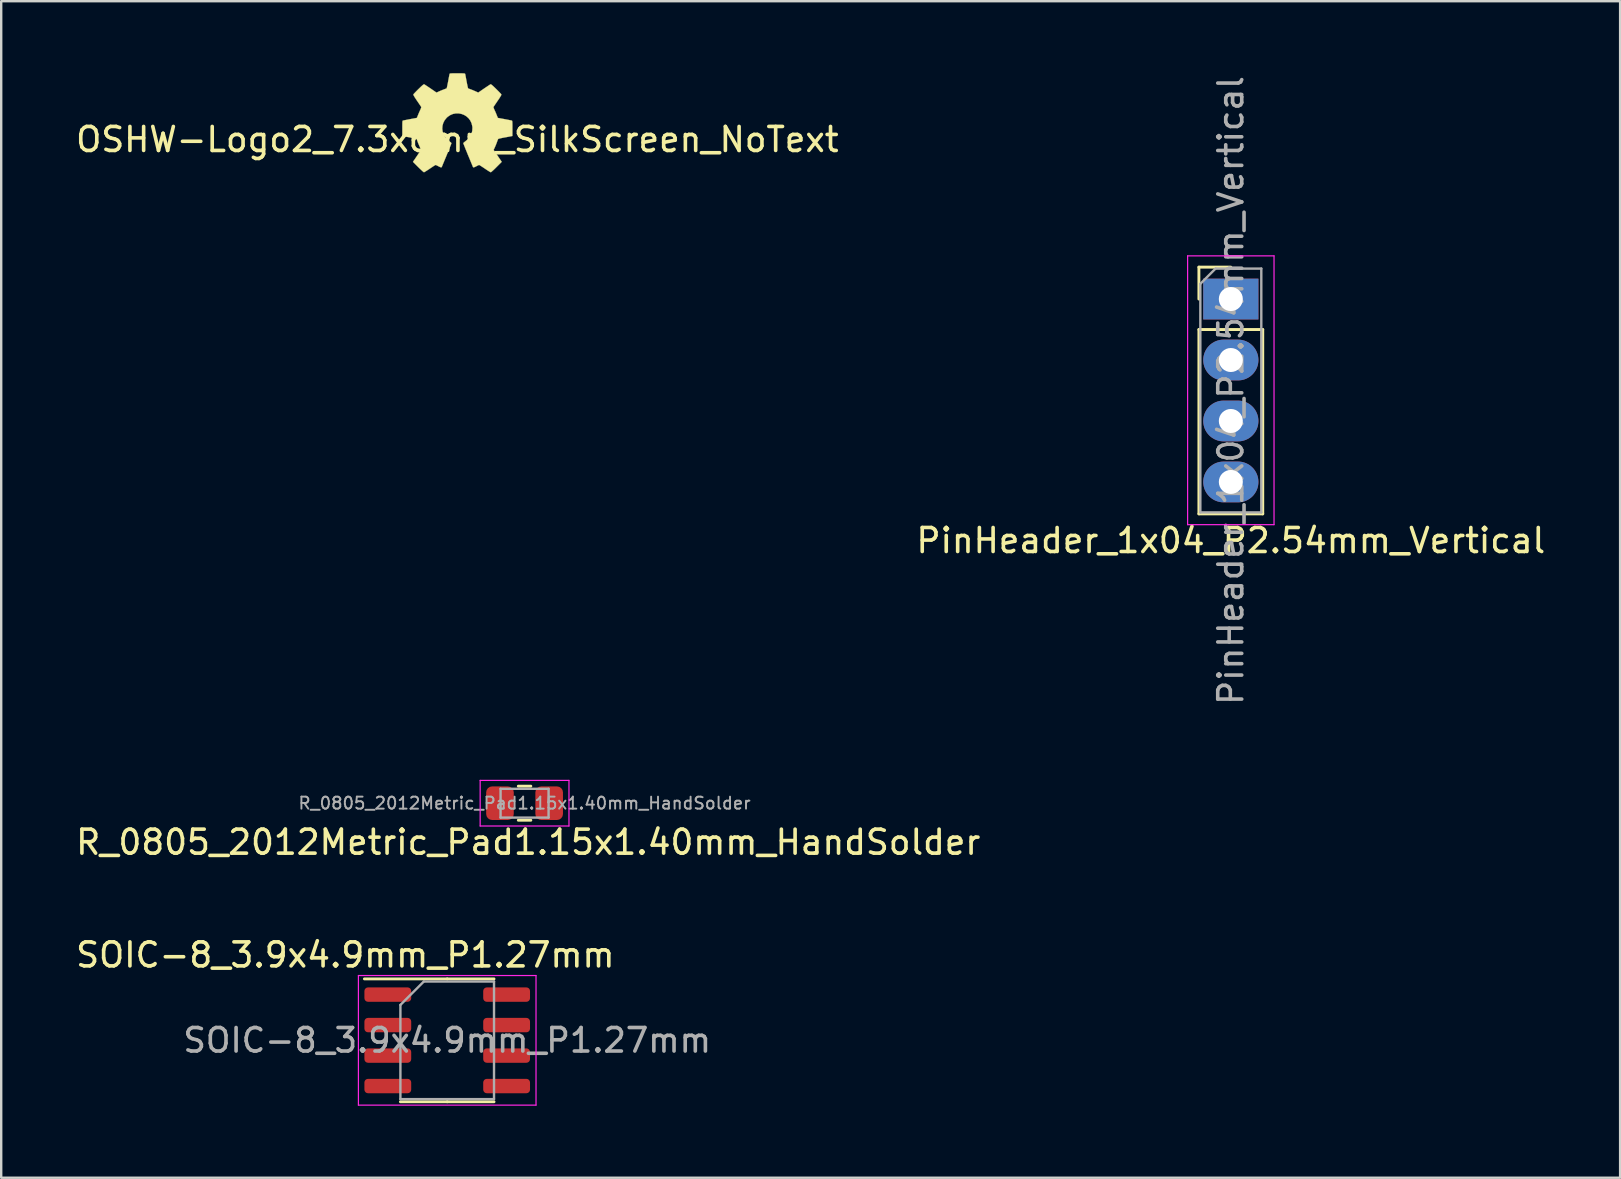
<source format=kicad_pcb>
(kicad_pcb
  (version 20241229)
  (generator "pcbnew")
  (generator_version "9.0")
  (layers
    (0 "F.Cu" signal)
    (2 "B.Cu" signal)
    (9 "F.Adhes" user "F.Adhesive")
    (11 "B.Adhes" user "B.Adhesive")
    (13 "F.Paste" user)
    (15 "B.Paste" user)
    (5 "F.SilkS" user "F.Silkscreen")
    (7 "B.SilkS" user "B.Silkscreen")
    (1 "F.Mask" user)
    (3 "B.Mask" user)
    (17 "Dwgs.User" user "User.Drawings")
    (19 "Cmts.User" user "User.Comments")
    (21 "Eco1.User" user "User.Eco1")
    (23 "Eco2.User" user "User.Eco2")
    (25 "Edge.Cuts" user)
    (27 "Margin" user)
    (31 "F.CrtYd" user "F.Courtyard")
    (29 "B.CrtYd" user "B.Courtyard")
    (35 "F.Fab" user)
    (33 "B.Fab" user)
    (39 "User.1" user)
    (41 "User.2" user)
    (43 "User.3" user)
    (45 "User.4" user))
  (footprint "OSHW-Logo2_7.3x6mm_SilkScreen_NoText"
    (layer "F.Cu")
    (at 16.006 2.763)
    (property "Reference" "OSHW-Logo2_7.3x6mm_SilkScreen_NoText" (at 0 0 0) (layer "F.SilkS") (effects (font (size 1 1) (thickness 0.15))))
    (attr exclude_from_pos_files exclude_from_bom)
    (fp_poly (pts (xy 0.104 -2.758) (xy 0.182 -2.757) (xy 0.239 -2.756) (xy 0.278 -2.754) (xy 0.303 -2.75) (xy 0.316 -2.744) (xy 0.323 -2.737) (xy 0.326 -2.726) (xy 0.327 -2.725) (xy 0.332 -2.701) (xy 0.341 -2.653) (xy 0.353 -2.587) (xy 0.368 -2.508) (xy 0.385 -2.42) (xy 0.385 -2.417) (xy 0.401 -2.331) (xy 0.417 -2.255) (xy 0.43 -2.194) (xy 0.44 -2.152) (xy 0.446 -2.133) (xy 0.447 -2.133) (xy 0.465 -2.124) (xy 0.502 -2.109) (xy 0.551 -2.091) (xy 0.552 -2.091) (xy 0.613 -2.068) (xy 0.686 -2.038) (xy 0.754 -2.008) (xy 0.757 -2.007) (xy 0.869 -1.956) (xy 1.115 -2.125) (xy 1.191 -2.176) (xy 1.26 -2.222) (xy 1.317 -2.26) (xy 1.359 -2.287) (xy 1.383 -2.301) (xy 1.385 -2.302) (xy 1.402 -2.298) (xy 1.434 -2.275) (xy 1.481 -2.235) (xy 1.546 -2.174) (xy 1.612 -2.11) (xy 1.676 -2.046) (xy 1.733 -1.989) (xy 1.78 -1.94) (xy 1.814 -1.904) (xy 1.83 -1.884) (xy 1.831 -1.883) (xy 1.833 -1.869) (xy 1.826 -1.847) (xy 1.809 -1.814) (xy 1.779 -1.765) (xy 1.737 -1.699) (xy 1.679 -1.614) (xy 1.629 -1.54) (xy 1.583 -1.473) (xy 1.546 -1.417) (xy 1.519 -1.378) (xy 1.506 -1.357) (xy 1.505 -1.356) (xy 1.507 -1.336) (xy 1.519 -1.298) (xy 1.54 -1.248) (xy 1.547 -1.232) (xy 1.58 -1.162) (xy 1.614 -1.082) (xy 1.642 -1.012) (xy 1.663 -0.961) (xy 1.679 -0.922) (xy 1.688 -0.901) (xy 1.689 -0.9) (xy 1.706 -0.897) (xy 1.746 -0.89) (xy 1.804 -0.879) (xy 1.875 -0.866) (xy 1.952 -0.852) (xy 2.032 -0.837) (xy 2.107 -0.822) (xy 2.174 -0.809) (xy 2.227 -0.799) (xy 2.26 -0.792) (xy 2.268 -0.79) (xy 2.276 -0.785) (xy 2.283 -0.774) (xy 2.287 -0.754) (xy 2.29 -0.72) (xy 2.292 -0.67) (xy 2.293 -0.599) (xy 2.293 -0.504) (xy 2.293 -0.465) (xy 2.293 -0.147) (xy 2.217 -0.132) (xy 2.175 -0.124) (xy 2.111 -0.112) (xy 2.035 -0.098) (xy 1.953 -0.083) (xy 1.93 -0.079) (xy 1.855 -0.064) (xy 1.789 -0.049) (xy 1.738 -0.037) (xy 1.709 -0.027) (xy 1.704 -0.024) (xy 1.691 -0.003) (xy 1.674 0.038) (xy 1.655 0.09) (xy 1.651 0.102) (xy 1.625 0.172) (xy 1.594 0.25) (xy 1.563 0.321) (xy 1.563 0.322) (xy 1.511 0.433) (xy 1.68 0.681) (xy 1.849 0.93) (xy 1.632 1.147) (xy 1.567 1.212) (xy 1.507 1.269) (xy 1.456 1.315) (xy 1.418 1.348) (xy 1.396 1.363) (xy 1.392 1.364) (xy 1.374 1.356) (xy 1.335 1.335) (xy 1.281 1.301) (xy 1.216 1.259) (xy 1.146 1.212) (xy 1.075 1.164) (xy 1.011 1.122) (xy 0.959 1.089) (xy 0.923 1.067) (xy 0.907 1.06) (xy 0.887 1.066) (xy 0.85 1.083) (xy 0.803 1.107) (xy 0.798 1.11) (xy 0.734 1.142) (xy 0.69 1.158) (xy 0.663 1.158) (xy 0.649 1.143) (xy 0.649 1.143) (xy 0.642 1.126) (xy 0.625 1.085) (xy 0.6 1.024) (xy 0.567 0.945) (xy 0.529 0.852) (xy 0.486 0.748) (xy 0.444 0.648) (xy 0.399 0.537) (xy 0.357 0.434) (xy 0.32 0.342) (xy 0.289 0.265) (xy 0.266 0.206) (xy 0.251 0.167) (xy 0.247 0.153) (xy 0.258 0.136) (xy 0.287 0.11) (xy 0.326 0.081) (xy 0.437 -0.011) (xy 0.523 -0.116) (xy 0.585 -0.233) (xy 0.62 -0.358) (xy 0.628 -0.49) (xy 0.622 -0.552) (xy 0.591 -0.678) (xy 0.538 -0.79) (xy 0.466 -0.886) (xy 0.378 -0.965) (xy 0.278 -1.026) (xy 0.168 -1.067) (xy 0.053 -1.089) (xy -0.065 -1.088) (xy -0.181 -1.066) (xy -0.294 -1.019) (xy -0.4 -0.948) (xy -0.444 -0.908) (xy -0.528 -0.805) (xy -0.587 -0.692) (xy -0.62 -0.573) (xy -0.629 -0.451) (xy -0.613 -0.329) (xy -0.573 -0.211) (xy -0.51 -0.1) (xy -0.423 0.002) (xy -0.326 0.081) (xy -0.286 0.111) (xy -0.257 0.137) (xy -0.247 0.153) (xy -0.252 0.17) (xy -0.267 0.21) (xy -0.291 0.272) (xy -0.323 0.35) (xy -0.36 0.443) (xy -0.403 0.546) (xy -0.444 0.648) (xy -0.49 0.759) (xy -0.533 0.862) (xy -0.571 0.953) (xy -0.603 1.03) (xy -0.627 1.09) (xy -0.643 1.129) (xy -0.649 1.143) (xy -0.663 1.158) (xy -0.69 1.158) (xy -0.734 1.142) (xy -0.797 1.11) (xy -0.798 1.11) (xy -0.845 1.085) (xy -0.884 1.067) (xy -0.906 1.06) (xy -0.907 1.06) (xy -0.923 1.067) (xy -0.96 1.089) (xy -1.012 1.122) (xy -1.075 1.164) (xy -1.146 1.212) (xy -1.218 1.26) (xy -1.283 1.302) (xy -1.336 1.335) (xy -1.374 1.357) (xy -1.392 1.364) (xy -1.409 1.354) (xy -1.443 1.327) (xy -1.49 1.284) (xy -1.547 1.231) (xy -1.612 1.168) (xy -1.633 1.147) (xy -1.85 0.93) (xy -1.684 0.687) (xy -1.634 0.613) (xy -1.59 0.546) (xy -1.555 0.491) (xy -1.53 0.451) (xy -1.519 0.43) (xy -1.519 0.429) (xy -1.525 0.409) (xy -1.54 0.37) (xy -1.562 0.317) (xy -1.578 0.282) (xy -1.607 0.215) (xy -1.635 0.147) (xy -1.656 0.09) (xy -1.662 0.073) (xy -1.679 0.026) (xy -1.695 -0.01) (xy -1.704 -0.024) (xy -1.723 -0.032) (xy -1.766 -0.044) (xy -1.826 -0.058) (xy -1.898 -0.073) (xy -1.93 -0.079) (xy -2.012 -0.094) (xy -2.091 -0.108) (xy -2.159 -0.121) (xy -2.208 -0.13) (xy -2.217 -0.132) (xy -2.293 -0.147) (xy -2.293 -0.465) (xy -2.293 -0.569) (xy -2.292 -0.648) (xy -2.291 -0.705) (xy -2.288 -0.744) (xy -2.284 -0.769) (xy -2.279 -0.782) (xy -2.271 -0.789) (xy -2.268 -0.79) (xy -2.249 -0.794) (xy -2.207 -0.802) (xy -2.148 -0.814) (xy -2.077 -0.828) (xy -1.999 -0.843) (xy -1.92 -0.858) (xy -1.845 -0.872) (xy -1.779 -0.884) (xy -1.727 -0.894) (xy -1.696 -0.899) (xy -1.689 -0.9) (xy -1.683 -0.912) (xy -1.669 -0.946) (xy -1.65 -0.994) (xy -1.642 -1.012) (xy -1.613 -1.085) (xy -1.578 -1.165) (xy -1.547 -1.232) (xy -1.525 -1.284) (xy -1.51 -1.326) (xy -1.504 -1.352) (xy -1.505 -1.356) (xy -1.516 -1.372) (xy -1.54 -1.409) (xy -1.576 -1.461) (xy -1.62 -1.526) (xy -1.67 -1.6) (xy -1.68 -1.614) (xy -1.738 -1.7) (xy -1.78 -1.766) (xy -1.809 -1.814) (xy -1.826 -1.847) (xy -1.833 -1.869) (xy -1.831 -1.883) (xy -1.831 -1.883) (xy -1.816 -1.901) (xy -1.785 -1.935) (xy -1.739 -1.983) (xy -1.683 -2.04) (xy -1.62 -2.103) (xy -1.612 -2.11) (xy -1.533 -2.187) (xy -1.471 -2.244) (xy -1.427 -2.281) (xy -1.398 -2.3) (xy -1.385 -2.302) (xy -1.367 -2.292) (xy -1.328 -2.267) (xy -1.274 -2.231) (xy -1.207 -2.187) (xy -1.133 -2.137) (xy -1.115 -2.125) (xy -0.869 -1.956) (xy -0.757 -2.007) (xy -0.69 -2.036) (xy -0.617 -2.066) (xy -0.554 -2.09) (xy -0.552 -2.091) (xy -0.503 -2.109) (xy -0.465 -2.124) (xy -0.447 -2.133) (xy -0.447 -2.133) (xy -0.441 -2.149) (xy -0.431 -2.19) (xy -0.418 -2.25) (xy -0.403 -2.325) (xy -0.386 -2.41) (xy -0.385 -2.417) (xy -0.369 -2.505) (xy -0.354 -2.585) (xy -0.341 -2.651) (xy -0.332 -2.7) (xy -0.327 -2.725) (xy -0.327 -2.725) (xy -0.323 -2.736) (xy -0.317 -2.744) (xy -0.305 -2.75) (xy -0.281 -2.753) (xy -0.244 -2.756) (xy -0.19 -2.757) (xy -0.114 -2.758) (xy -0.013 -2.758) (xy 0 -2.758) (xy 0.104 -2.758)) (stroke (width 0.01) (type solid)) (fill yes) (layer "F.SilkS")))
  (footprint "SOIC-8_3.9x4.9mm_P1.27mm"
    (layer "F.Cu")
    (at 15.583 40.295)
    (property "Reference" "SOIC-8_3.9x4.9mm_P1.27mm" (at -4.244 -3.557 180) (layer "F.SilkS") (effects (font (size 1 1) (thickness 0.15))))
    (attr smd)
    (fp_line (start 0 -2.56) (end -3.45 -2.56) (stroke (width 0.12) (type solid)) (layer "F.SilkS"))
    (fp_line (start 0 -2.56) (end 1.95 -2.56) (stroke (width 0.12) (type solid)) (layer "F.SilkS"))
    (fp_line (start 0 2.56) (end -1.95 2.56) (stroke (width 0.12) (type solid)) (layer "F.SilkS"))
    (fp_line (start 0 2.56) (end 1.95 2.56) (stroke (width 0.12) (type solid)) (layer "F.SilkS"))
    (fp_line (start -3.7 -2.7) (end -3.7 2.7) (stroke (width 0.05) (type solid)) (layer "F.CrtYd"))
    (fp_line (start -3.7 2.7) (end 3.7 2.7) (stroke (width 0.05) (type solid)) (layer "F.CrtYd"))
    (fp_line (start 3.7 -2.7) (end -3.7 -2.7) (stroke (width 0.05) (type solid)) (layer "F.CrtYd"))
    (fp_line (start 3.7 2.7) (end 3.7 -2.7) (stroke (width 0.05) (type solid)) (layer "F.CrtYd"))
    (fp_line (start -1.95 -1.475) (end -0.975 -2.45) (stroke (width 0.1) (type solid)) (layer "F.Fab"))
    (fp_line (start -1.95 2.45) (end -1.95 -1.475) (stroke (width 0.1) (type solid)) (layer "F.Fab"))
    (fp_line (start -0.975 -2.45) (end 1.95 -2.45) (stroke (width 0.1) (type solid)) (layer "F.Fab"))
    (fp_line (start 1.95 -2.45) (end 1.95 2.45) (stroke (width 0.1) (type solid)) (layer "F.Fab"))
    (fp_line (start 1.95 2.45) (end -1.95 2.45) (stroke (width 0.1) (type solid)) (layer "F.Fab"))
    (fp_text user "${REFERENCE}" (at 0 0 180) (layer "F.Fab") (effects (font (size 0.98 0.98) (thickness 0.15))))
    (pad "1" smd roundrect (at -2.475 -1.905) (size 1.95 0.6) (layers "F.Cu" "F.Mask" "F.Paste") (roundrect_rratio 0.25))
    (pad "2" smd roundrect (at -2.475 -0.635) (size 1.95 0.6) (layers "F.Cu" "F.Mask" "F.Paste") (roundrect_rratio 0.25))
    (pad "3" smd roundrect (at -2.475 0.635) (size 1.95 0.6) (layers "F.Cu" "F.Mask" "F.Paste") (roundrect_rratio 0.25))
    (pad "4" smd roundrect (at -2.475 1.905) (size 1.95 0.6) (layers "F.Cu" "F.Mask" "F.Paste") (roundrect_rratio 0.25))
    (pad "5" smd roundrect (at 2.475 1.905) (size 1.95 0.6) (layers "F.Cu" "F.Mask" "F.Paste") (roundrect_rratio 0.25))
    (pad "6" smd roundrect (at 2.475 0.635) (size 1.95 0.6) (layers "F.Cu" "F.Mask" "F.Paste") (roundrect_rratio 0.25))
    (pad "7" smd roundrect (at 2.475 -0.635) (size 1.95 0.6) (layers "F.Cu" "F.Mask" "F.Paste") (roundrect_rratio 0.25))
    (pad "8" smd roundrect (at 2.475 -1.905) (size 1.95 0.6) (layers "F.Cu" "F.Mask" "F.Paste") (roundrect_rratio 0.25)))
  (footprint "PinHeader_1x04_P2.54mm_Vertical"
    (layer "F.Cu")
    (at 48.232 9.41)
    (property "Reference" "PinHeader_1x04_P2.54mm_Vertical" (at 0 10.063 0) (layer "F.SilkS") (effects (font (size 1 1) (thickness 0.15))))
    (attr through_hole)
    (fp_line (start -1.33 -1.33) (end 0 -1.33) (stroke (width 0.12) (type solid)) (layer "F.SilkS"))
    (fp_line (start -1.33 0) (end -1.33 -1.33) (stroke (width 0.12) (type solid)) (layer "F.SilkS"))
    (fp_line (start -1.33 1.27) (end -1.33 8.95) (stroke (width 0.12) (type solid)) (layer "F.SilkS"))
    (fp_line (start -1.33 1.27) (end 1.33 1.27) (stroke (width 0.12) (type solid)) (layer "F.SilkS"))
    (fp_line (start -1.33 8.95) (end 1.33 8.95) (stroke (width 0.12) (type solid)) (layer "F.SilkS"))
    (fp_line (start 1.33 1.27) (end 1.33 8.95) (stroke (width 0.12) (type solid)) (layer "F.SilkS"))
    (fp_line (start -1.8 -1.8) (end -1.8 9.4) (stroke (width 0.05) (type solid)) (layer "F.CrtYd"))
    (fp_line (start -1.8 9.4) (end 1.8 9.4) (stroke (width 0.05) (type solid)) (layer "F.CrtYd"))
    (fp_line (start 1.8 -1.8) (end -1.8 -1.8) (stroke (width 0.05) (type solid)) (layer "F.CrtYd"))
    (fp_line (start 1.8 9.4) (end 1.8 -1.8) (stroke (width 0.05) (type solid)) (layer "F.CrtYd"))
    (fp_line (start -1.27 -0.635) (end -0.635 -1.27) (stroke (width 0.1) (type solid)) (layer "F.Fab"))
    (fp_line (start -1.27 8.89) (end -1.27 -0.635) (stroke (width 0.1) (type solid)) (layer "F.Fab"))
    (fp_line (start -0.635 -1.27) (end 1.27 -1.27) (stroke (width 0.1) (type solid)) (layer "F.Fab"))
    (fp_line (start 1.27 -1.27) (end 1.27 8.89) (stroke (width 0.1) (type solid)) (layer "F.Fab"))
    (fp_line (start 1.27 8.89) (end -1.27 8.89) (stroke (width 0.1) (type solid)) (layer "F.Fab"))
    (fp_text user "${REFERENCE}" (at 0 3.81 90) (layer "F.Fab") (effects (font (size 1 1) (thickness 0.15))))
    (pad "1" thru_hole rect (at 0 0) (size 2.3 1.7) (drill 1) (layers "*.Cu" "*.Mask"))
    (pad "2" thru_hole oval (at 0 2.54) (size 2.3 1.7) (drill 1) (layers "*.Cu" "*.Mask"))
    (pad "3" thru_hole oval (at 0 5.08) (size 2.3 1.7) (drill 1) (layers "*.Cu" "*.Mask"))
    (pad "4" thru_hole oval (at 0 7.62) (size 2.3 1.7) (drill 1) (layers "*.Cu" "*.Mask")))
  (footprint "R_0805_2012Metric_Pad1.15x1.40mm_HandSolder"
    (layer "F.Cu")
    (at 18.806 30.415)
    (property "Reference" "R_0805_2012Metric_Pad1.15x1.40mm_HandSolder" (at 0.152 1.626 0) (layer "F.SilkS") (effects (font (size 1 1) (thickness 0.15))))
    (attr smd)
    (fp_line (start -0.261 -0.71) (end 0.261 -0.71) (stroke (width 0.12) (type solid)) (layer "F.SilkS"))
    (fp_line (start -0.261 0.71) (end 0.261 0.71) (stroke (width 0.12) (type solid)) (layer "F.SilkS"))
    (fp_line (start -1.85 -0.95) (end 1.85 -0.95) (stroke (width 0.05) (type solid)) (layer "F.CrtYd"))
    (fp_line (start -1.85 0.95) (end -1.85 -0.95) (stroke (width 0.05) (type solid)) (layer "F.CrtYd"))
    (fp_line (start 1.85 -0.95) (end 1.85 0.95) (stroke (width 0.05) (type solid)) (layer "F.CrtYd"))
    (fp_line (start 1.85 0.95) (end -1.85 0.95) (stroke (width 0.05) (type solid)) (layer "F.CrtYd"))
    (fp_line (start -1 -0.6) (end 1 -0.6) (stroke (width 0.1) (type solid)) (layer "F.Fab"))
    (fp_line (start -1 0.6) (end -1 -0.6) (stroke (width 0.1) (type solid)) (layer "F.Fab"))
    (fp_line (start 1 -0.6) (end 1 0.6) (stroke (width 0.1) (type solid)) (layer "F.Fab"))
    (fp_line (start 1 0.6) (end -1 0.6) (stroke (width 0.1) (type solid)) (layer "F.Fab"))
    (fp_text user "${REFERENCE}" (at 0 0 0) (layer "F.Fab") (effects (font (size 0.5 0.5) (thickness 0.08))))
    (pad "1" smd roundrect (at -1.025 0) (size 1.15 1.4) (layers "F.Cu" "F.Mask" "F.Paste") (roundrect_rratio 0.217))
    (pad "2" smd roundrect (at 1.025 0) (size 1.15 1.4) (layers "F.Cu" "F.Mask" "F.Paste") (roundrect_rratio 0.217)))
  (gr_rect
    (start -3 -3)
    (end 64.452 46.02)
    (stroke (width 0.1) (type default))
    (fill no)
    (layer "Edge.Cuts")))
</source>
